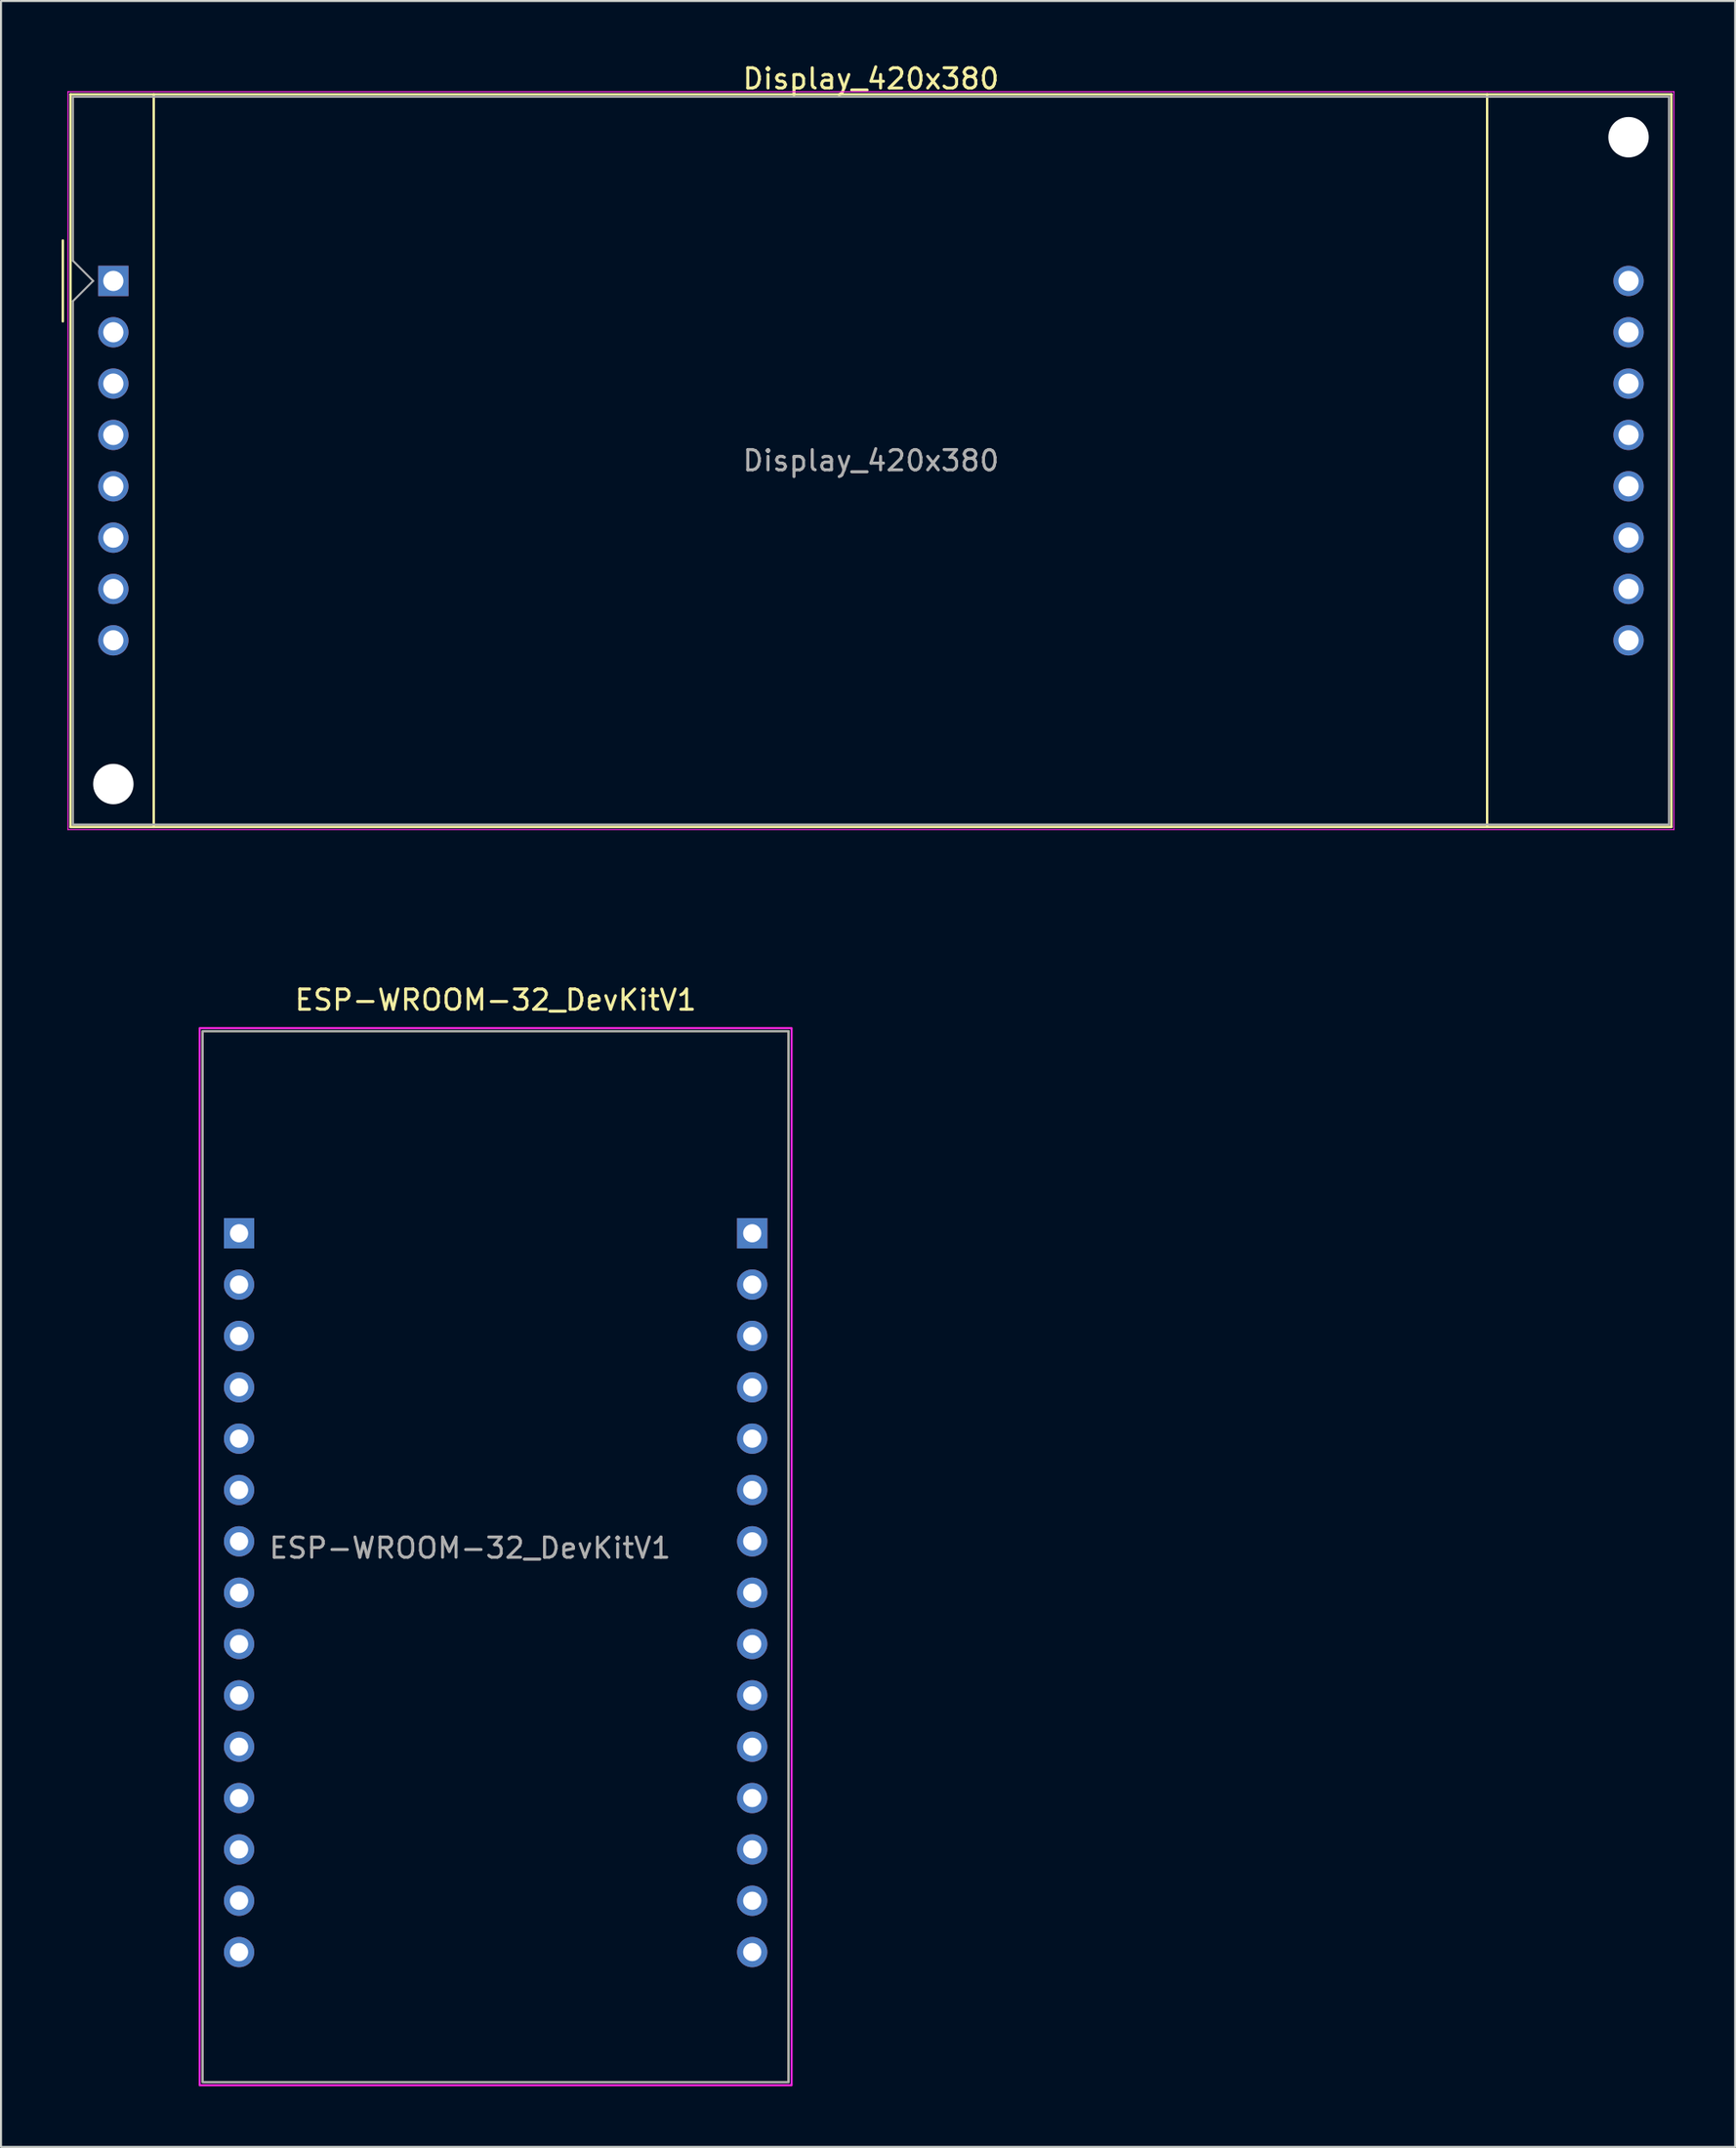
<source format=kicad_pcb>
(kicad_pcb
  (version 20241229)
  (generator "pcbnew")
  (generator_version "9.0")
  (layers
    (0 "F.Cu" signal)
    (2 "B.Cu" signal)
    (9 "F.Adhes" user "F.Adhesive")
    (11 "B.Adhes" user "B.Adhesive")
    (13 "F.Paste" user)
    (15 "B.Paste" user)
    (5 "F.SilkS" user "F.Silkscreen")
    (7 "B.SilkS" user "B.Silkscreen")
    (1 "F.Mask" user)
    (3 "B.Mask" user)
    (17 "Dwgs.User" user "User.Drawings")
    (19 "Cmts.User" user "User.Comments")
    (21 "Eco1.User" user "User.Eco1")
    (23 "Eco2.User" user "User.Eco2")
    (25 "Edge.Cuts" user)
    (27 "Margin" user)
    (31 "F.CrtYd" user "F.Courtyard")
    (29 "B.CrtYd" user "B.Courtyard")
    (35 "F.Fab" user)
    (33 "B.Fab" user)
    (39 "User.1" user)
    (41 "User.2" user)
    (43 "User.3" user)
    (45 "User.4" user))
  (footprint "ESP-WROOM-32_DevKitV1"
    (layer "F.Cu")
    (at 8.823 53.382)
    (property "Reference" "ESP-WROOM-32_DevKitV1" (at 12.66 -6.96 0) (unlocked yes) (layer "F.SilkS") (effects (font (size 1 1) (thickness 0.15))))
    (attr through_hole)
    (fp_rect (start -1.84 -5.42) (end 27.16 46.58) (stroke (width 0.1) (type default)) (fill no) (layer "F.SilkS"))
    (fp_rect (start -1.99 -5.57) (end 27.31 46.73) (stroke (width 0.1) (type default)) (fill no) (layer "F.CrtYd"))
    (fp_rect (start -1.84 -5.42) (end 27.16 46.58) (stroke (width 0.1) (type default)) (fill no) (layer "F.Fab"))
    (fp_text user "${REFERENCE}" (at 11.39 20.15 0) (unlocked yes) (layer "F.Fab") (effects (font (size 1 1) (thickness 0.15))))
    (dimension (type aligned) (layer "User.1") (pts (xy 8.783 53.382) (xy 8.783 55.922)) (height 3.3) (format (prefix "") (suffix "") (units 3) (units_format 1) (precision 4)) (style (thickness 0.1) (arrow_length 1.27) (text_position_mode 0) (arrow_direction outward) (extension_height 0.586) (extension_offset 0.5) (keep_text_aligned yes)) (gr_text "2.5400 mm" (at 4.383 54.651 90) (layer "User.1") (effects (font (size 1 1) (thickness 0.1)))))
    (dimension (type orthogonal) (layer "User.1") (pts (xy 34.183 93.522) (xy 34.183 99.962)) (height -2.28) (orientation 1) (format (prefix "") (suffix "") (units 3) (units_format 1) (precision 4)) (style (thickness 0.1) (arrow_length 1.27) (text_position_mode 0) (arrow_direction outward) (extension_height 0.586) (extension_offset 0.5) (keep_text_aligned yes)) (gr_text "6.4400 mm" (at 30.753 96.742 90) (layer "User.1") (effects (font (size 1 1) (thickness 0.15)))))
    (dimension (type orthogonal) (layer "User.1") (pts (xy 35.983 99.962) (xy 35.983 47.962)) (height 5.08) (orientation 1) (format (prefix "") (suffix "") (units 3) (units_format 1) (precision 4)) (style (thickness 0.1) (arrow_length 1.27) (text_position_mode 0) (arrow_direction outward) (extension_height 0.586) (extension_offset 0.5) (keep_text_aligned yes)) (gr_text "52.0000 mm" (at 39.913 73.962 90) (layer "User.1") (effects (font (size 1 1) (thickness 0.15)))))
    (dimension (type orthogonal) (layer "User.1") (pts (xy 34.183 57.962) (xy 34.183 47.962)) (height -2.35) (orientation 1) (format (prefix "") (suffix "") (units 3) (units_format 1) (precision 4)) (style (thickness 0.1) (arrow_length 1.27) (text_position_mode 0) (arrow_direction outward) (extension_height 0.586) (extension_offset 0.5) (keep_text_aligned yes)) (gr_text "10.0000 mm" (at 30.683 52.962 90) (layer "User.1") (effects (font (size 1 1) (thickness 0.15)))))
    (dimension (type orthogonal) (layer "User.1") (pts (xy 8.783 57.962) (xy 34.183 57.962)) (height 1.41) (orientation 0) (format (prefix "") (suffix "") (units 3) (units_format 1) (precision 4)) (style (thickness 0.1) (arrow_length 1.27) (text_position_mode 0) (arrow_direction outward) (extension_height 0.586) (extension_offset 0.5) (keep_text_aligned yes)) (gr_text "25.4000 mm" (at 21.483 58.221 0) (layer "User.1") (effects (font (size 1 1) (thickness 0.15)))))
    (dimension (type orthogonal) (layer "User.1") (pts (xy 6.983 47.962) (xy 35.983 47.962)) (height -4.95) (orientation 0) (format (prefix "") (suffix "") (units 3) (units_format 1) (precision 4)) (style (thickness 0.1) (arrow_length 1.27) (text_position_mode 0) (arrow_direction outward) (extension_height 0.586) (extension_offset 0.5) (keep_text_aligned yes)) (gr_text "29.0000 mm" (at 21.483 41.861 0) (layer "User.1") (effects (font (size 1 1) (thickness 0.15)))))
    (pad "1" thru_hole rect (at -0.04 4.58) (size 1.5 1.5) (drill 0.9) (layers "*.Cu" "*.Mask") (remove_unused_layers yes) (keep_end_layers yes) (zone_layer_connections))
    (pad "2" thru_hole circle (at -0.04 7.12) (size 1.5 1.5) (drill 0.9) (layers "*.Cu" "*.Mask") (remove_unused_layers yes) (keep_end_layers yes) (zone_layer_connections))
    (pad "3" thru_hole circle (at -0.04 9.66) (size 1.5 1.5) (drill 0.9) (layers "*.Cu" "*.Mask") (remove_unused_layers yes) (keep_end_layers yes) (zone_layer_connections))
    (pad "4" thru_hole circle (at -0.04 12.2) (size 1.5 1.5) (drill 0.9) (layers "*.Cu" "*.Mask") (remove_unused_layers yes) (keep_end_layers yes) (zone_layer_connections))
    (pad "5" thru_hole circle (at -0.04 14.74) (size 1.5 1.5) (drill 0.9) (layers "*.Cu" "*.Mask") (remove_unused_layers yes) (keep_end_layers yes) (zone_layer_connections))
    (pad "6" thru_hole circle (at -0.04 17.28) (size 1.5 1.5) (drill 0.9) (layers "*.Cu" "*.Mask") (remove_unused_layers yes) (keep_end_layers yes) (zone_layer_connections))
    (pad "7" thru_hole circle (at -0.04 19.82) (size 1.5 1.5) (drill 0.9) (layers "*.Cu" "*.Mask") (remove_unused_layers yes) (keep_end_layers yes) (zone_layer_connections))
    (pad "8" thru_hole circle (at -0.04 22.36) (size 1.5 1.5) (drill 0.9) (layers "*.Cu" "*.Mask") (remove_unused_layers yes) (keep_end_layers yes) (zone_layer_connections))
    (pad "9" thru_hole circle (at -0.04 24.9) (size 1.5 1.5) (drill 0.9) (layers "*.Cu" "*.Mask") (remove_unused_layers yes) (keep_end_layers yes) (zone_layer_connections))
    (pad "10" thru_hole circle (at -0.04 27.44) (size 1.5 1.5) (drill 0.9) (layers "*.Cu" "*.Mask") (remove_unused_layers yes) (keep_end_layers yes) (zone_layer_connections))
    (pad "11" thru_hole circle (at -0.04 29.98) (size 1.5 1.5) (drill 0.9) (layers "*.Cu" "*.Mask") (remove_unused_layers yes) (keep_end_layers yes) (zone_layer_connections))
    (pad "12" thru_hole circle (at -0.04 32.52) (size 1.5 1.5) (drill 0.9) (layers "*.Cu" "*.Mask") (remove_unused_layers yes) (keep_end_layers yes) (zone_layer_connections))
    (pad "13" thru_hole circle (at -0.04 35.06) (size 1.5 1.5) (drill 0.9) (layers "*.Cu" "*.Mask") (remove_unused_layers yes) (keep_end_layers yes) (zone_layer_connections))
    (pad "14" thru_hole circle (at -0.04 37.6) (size 1.5 1.5) (drill 0.9) (layers "*.Cu" "*.Mask") (remove_unused_layers yes) (keep_end_layers yes) (zone_layer_connections))
    (pad "15" thru_hole circle (at -0.04 40.14) (size 1.5 1.5) (drill 0.9) (layers "*.Cu" "*.Mask") (remove_unused_layers yes) (keep_end_layers yes) (zone_layer_connections))
    (pad "16" thru_hole circle (at 25.36 40.14) (size 1.5 1.5) (drill 0.9) (layers "*.Cu" "*.Mask") (remove_unused_layers yes) (keep_end_layers yes) (zone_layer_connections))
    (pad "17" thru_hole circle (at 25.36 37.6) (size 1.5 1.5) (drill 0.9) (layers "*.Cu" "*.Mask") (remove_unused_layers yes) (keep_end_layers yes) (zone_layer_connections))
    (pad "18" thru_hole circle (at 25.36 35.06) (size 1.5 1.5) (drill 0.9) (layers "*.Cu" "*.Mask") (remove_unused_layers yes) (keep_end_layers yes) (zone_layer_connections))
    (pad "19" thru_hole circle (at 25.36 32.52) (size 1.5 1.5) (drill 0.9) (layers "*.Cu" "*.Mask") (remove_unused_layers yes) (keep_end_layers yes) (zone_layer_connections))
    (pad "20" thru_hole circle (at 25.36 29.98) (size 1.5 1.5) (drill 0.9) (layers "*.Cu" "*.Mask") (remove_unused_layers yes) (keep_end_layers yes) (zone_layer_connections))
    (pad "21" thru_hole circle (at 25.36 27.44) (size 1.5 1.5) (drill 0.9) (layers "*.Cu" "*.Mask") (remove_unused_layers yes) (keep_end_layers yes) (zone_layer_connections))
    (pad "22" thru_hole circle (at 25.36 24.9) (size 1.5 1.5) (drill 0.9) (layers "*.Cu" "*.Mask") (remove_unused_layers yes) (keep_end_layers yes) (zone_layer_connections))
    (pad "23" thru_hole circle (at 25.36 22.36) (size 1.5 1.5) (drill 0.9) (layers "*.Cu" "*.Mask") (remove_unused_layers yes) (keep_end_layers yes) (zone_layer_connections))
    (pad "24" thru_hole circle (at 25.36 19.82) (size 1.5 1.5) (drill 0.9) (layers "*.Cu" "*.Mask") (remove_unused_layers yes) (keep_end_layers yes) (zone_layer_connections))
    (pad "25" thru_hole circle (at 25.36 17.28) (size 1.5 1.5) (drill 0.9) (layers "*.Cu" "*.Mask") (remove_unused_layers yes) (keep_end_layers yes) (zone_layer_connections))
    (pad "26" thru_hole circle (at 25.36 14.74) (size 1.5 1.5) (drill 0.9) (layers "*.Cu" "*.Mask") (remove_unused_layers yes) (keep_end_layers yes) (zone_layer_connections))
    (pad "27" thru_hole circle (at 25.36 12.2) (size 1.5 1.5) (drill 0.9) (layers "*.Cu" "*.Mask") (remove_unused_layers yes) (keep_end_layers yes) (zone_layer_connections))
    (pad "28" thru_hole circle (at 25.36 9.66) (size 1.5 1.5) (drill 0.9) (layers "*.Cu" "*.Mask") (remove_unused_layers yes) (keep_end_layers yes) (zone_layer_connections))
    (pad "29" thru_hole circle (at 25.36 7.12) (size 1.5 1.5) (drill 0.9) (layers "*.Cu" "*.Mask") (remove_unused_layers yes) (keep_end_layers yes) (zone_layer_connections))
    (pad "30" thru_hole rect (at 25.36 4.58) (size 1.5 1.5) (drill 0.9) (layers "*.Cu" "*.Mask") (remove_unused_layers yes) (keep_end_layers yes) (zone_layer_connections)))
  (footprint "Display_420x380"
    (layer "F.Cu")
    (at 2.56 10.848)
    (property "Reference" "Display_420x380" (at 37.5 -10 0) (layer "F.SilkS") (effects (font (size 1 1) (thickness 0.15))))
    (attr through_hole)
    (fp_line (start -2.5 -2) (end -2.5 2) (stroke (width 0.12) (type solid)) (layer "F.SilkS"))
    (fp_line (start -2.12 -9.23) (end 77.12 -9.23) (stroke (width 0.12) (type solid)) (layer "F.SilkS"))
    (fp_line (start -2.12 27.01) (end -2.12 -9.23) (stroke (width 0.12) (type solid)) (layer "F.SilkS"))
    (fp_line (start 2 27.01) (end 2 -9.23) (stroke (width 0.12) (type solid)) (layer "F.SilkS"))
    (fp_line (start 68 -9.23) (end 68 27.01) (stroke (width 0.12) (type solid)) (layer "F.SilkS"))
    (fp_line (start 77.12 -9.23) (end 77.12 27.01) (stroke (width 0.12) (type solid)) (layer "F.SilkS"))
    (fp_line (start 77.12 27.01) (end -2.12 27.01) (stroke (width 0.12) (type solid)) (layer "F.SilkS"))
    (fp_line (start -2.25 -9.36) (end 77.25 -9.36) (stroke (width 0.05) (type solid)) (layer "F.CrtYd"))
    (fp_line (start -2.25 27.14) (end -2.25 -9.36) (stroke (width 0.05) (type solid)) (layer "F.CrtYd"))
    (fp_line (start 77.25 -9.36) (end 77.25 27.14) (stroke (width 0.05) (type solid)) (layer "F.CrtYd"))
    (fp_line (start 77.25 27.14) (end -2.25 27.14) (stroke (width 0.05) (type solid)) (layer "F.CrtYd"))
    (fp_line (start -2 -9.11) (end 77 -9.11) (stroke (width 0.1) (type solid)) (layer "F.Fab"))
    (fp_line (start -2 -1) (end -2 -9.11) (stroke (width 0.1) (type solid)) (layer "F.Fab"))
    (fp_line (start -2 1) (end -1 0) (stroke (width 0.1) (type solid)) (layer "F.Fab"))
    (fp_line (start -2 26.89) (end -2 1) (stroke (width 0.1) (type solid)) (layer "F.Fab"))
    (fp_line (start -1 0) (end -2 -1) (stroke (width 0.1) (type solid)) (layer "F.Fab"))
    (fp_line (start 77 -9.11) (end 77 26.89) (stroke (width 0.1) (type solid)) (layer "F.Fab"))
    (fp_line (start 77 26.89) (end -2 26.89) (stroke (width 0.1) (type solid)) (layer "F.Fab"))
    (fp_text user "${REFERENCE}" (at 37.5 8.89 0) (layer "F.Fab") (effects (font (size 1 1) (thickness 0.15))))
    (pad "" np_thru_hole circle (at 0 24.89) (size 2 2) (drill 2) (layers "*.Cu" "*.Mask"))
    (pad "" np_thru_hole circle (at 75 -7.11) (size 2 2) (drill 2) (layers "*.Cu" "*.Mask"))
    (pad "1" thru_hole rect (at 0 0) (size 1.5 1.5) (drill 1) (layers "*.Cu" "*.Mask"))
    (pad "2" thru_hole circle (at 0 2.54) (size 1.5 1.5) (drill 1) (layers "*.Cu" "*.Mask"))
    (pad "3" thru_hole circle (at 0 5.08) (size 1.5 1.5) (drill 1) (layers "*.Cu" "*.Mask"))
    (pad "4" thru_hole circle (at 0 7.62) (size 1.5 1.5) (drill 1) (layers "*.Cu" "*.Mask"))
    (pad "5" thru_hole circle (at 0 10.16) (size 1.5 1.5) (drill 1) (layers "*.Cu" "*.Mask"))
    (pad "6" thru_hole circle (at 0 12.7) (size 1.5 1.5) (drill 1) (layers "*.Cu" "*.Mask"))
    (pad "7" thru_hole circle (at 0 15.24) (size 1.5 1.5) (drill 1) (layers "*.Cu" "*.Mask"))
    (pad "8" thru_hole circle (at 0 17.78) (size 1.5 1.5) (drill 1) (layers "*.Cu" "*.Mask"))
    (pad "9" thru_hole circle (at 75 0) (size 1.5 1.5) (drill 1) (layers "*.Cu" "*.Mask"))
    (pad "10" thru_hole circle (at 75 2.54) (size 1.5 1.5) (drill 1) (layers "*.Cu" "*.Mask"))
    (pad "11" thru_hole circle (at 75 5.08) (size 1.5 1.5) (drill 1) (layers "*.Cu" "*.Mask"))
    (pad "12" thru_hole circle (at 75 7.62) (size 1.5 1.5) (drill 1) (layers "*.Cu" "*.Mask"))
    (pad "13" thru_hole circle (at 75 10.16) (size 1.5 1.5) (drill 1) (layers "*.Cu" "*.Mask"))
    (pad "14" thru_hole circle (at 75 12.7) (size 1.5 1.5) (drill 1) (layers "*.Cu" "*.Mask"))
    (pad "15" thru_hole circle (at 75 15.24) (size 1.5 1.5) (drill 1) (layers "*.Cu" "*.Mask"))
    (pad "16" thru_hole circle (at 75 17.78) (size 1.5 1.5) (drill 1) (layers "*.Cu" "*.Mask")))
  (gr_rect
    (start -3 -3)
    (end 82.835 103.162)
    (stroke (width 0.1) (type default))
    (fill no)
    (layer "Edge.Cuts")))
</source>
